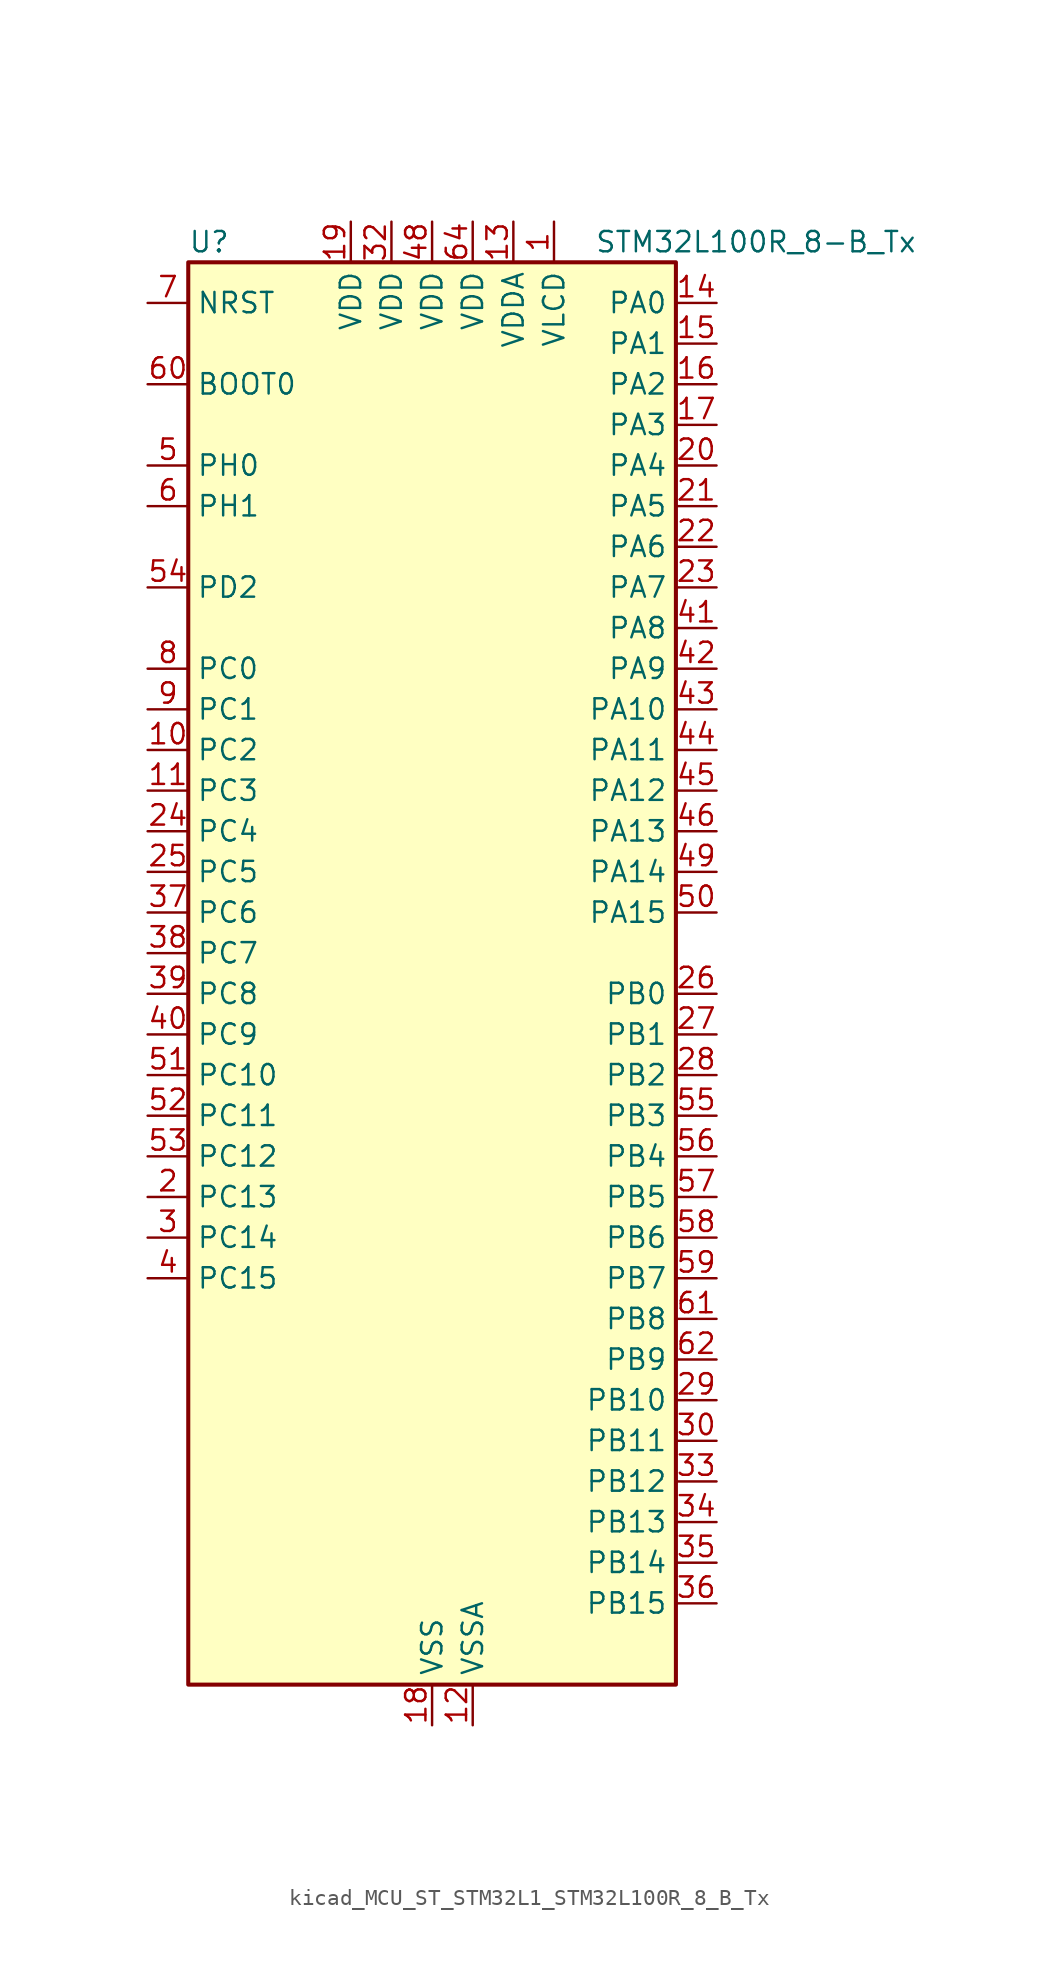
<source format=kicad_sym>
(kicad_symbol_lib
  (version 20220914)
  (generator kicad_symbol_editor)
  (symbol "kicad_MCU_ST_STM32L1_STM32L100R_8_B_Tx"
    (property "Reference" "U"
      (at -15.24 46.99 0)
      (effects (font (size 1.27 1.27)) (justify left)))
    (property "Value" "STM32L100R_8-B_Tx"
      (at 10.16 46.99 0)
      (effects (font (size 1.27 1.27)) (justify left)))
    (property "ki_locked" ""
      (at 0 0 0)
      (effects (font (size 1.27 1.27))))
    (symbol "kicad_MCU_ST_STM32L1_STM32L100R_8_B_Tx_0_1"
      (rectangle (start -15.24 -43.18) (end 15.24 45.72) (stroke (width 0.254) (type default)) (fill (type background))))
    (symbol "kicad_MCU_ST_STM32L1_STM32L100R_8_B_Tx_1_1"
      (pin power_in line (at 7.62 48.26 270) (length 2.54) (name "VLCD" (effects (font (size 1.27 1.27)))) (number "1" (effects (font (size 1.27 1.27)))))
      (pin bidirectional line (at -17.78 15.24 0) (length 2.54) (name "PC2" (effects (font (size 1.27 1.27)))) (number "10" (effects (font (size 1.27 1.27)))) (alternate "ADC_IN12" bidirectional line) (alternate "COMP1_INP" bidirectional line) (alternate "LCD_SEG20" bidirectional line) (alternate "TIMX_IC3" bidirectional line))
      (pin bidirectional line (at -17.78 12.7 0) (length 2.54) (name "PC3" (effects (font (size 1.27 1.27)))) (number "11" (effects (font (size 1.27 1.27)))) (alternate "ADC_IN13" bidirectional line) (alternate "COMP1_INP" bidirectional line) (alternate "LCD_SEG21" bidirectional line) (alternate "TIMX_IC4" bidirectional line))
      (pin power_in line (at 2.54 -45.72 90) (length 2.54) (name "VSSA" (effects (font (size 1.27 1.27)))) (number "12" (effects (font (size 1.27 1.27)))))
      (pin power_in line (at 5.08 48.26 270) (length 2.54) (name "VDDA" (effects (font (size 1.27 1.27)))) (number "13" (effects (font (size 1.27 1.27)))))
      (pin bidirectional line (at 17.78 43.18 180) (length 2.54) (name "PA0" (effects (font (size 1.27 1.27)))) (number "14" (effects (font (size 1.27 1.27)))) (alternate "ADC_IN0" bidirectional line) (alternate "COMP1_INP" bidirectional line) (alternate "SYS_WKUP1" bidirectional line) (alternate "TIM2_CH1" bidirectional line) (alternate "TIM2_ETR" bidirectional line) (alternate "TIMX_IC1" bidirectional line) (alternate "USART2_CTS" bidirectional line))
      (pin bidirectional line (at 17.78 40.64 180) (length 2.54) (name "PA1" (effects (font (size 1.27 1.27)))) (number "15" (effects (font (size 1.27 1.27)))) (alternate "ADC_IN1" bidirectional line) (alternate "COMP1_INP" bidirectional line) (alternate "LCD_SEG0" bidirectional line) (alternate "TIM2_CH2" bidirectional line) (alternate "TIMX_IC2" bidirectional line) (alternate "USART2_RTS" bidirectional line))
      (pin bidirectional line (at 17.78 38.1 180) (length 2.54) (name "PA2" (effects (font (size 1.27 1.27)))) (number "16" (effects (font (size 1.27 1.27)))) (alternate "ADC_IN2" bidirectional line) (alternate "COMP1_INP" bidirectional line) (alternate "LCD_SEG1" bidirectional line) (alternate "TIM2_CH3" bidirectional line) (alternate "TIM9_CH1" bidirectional line) (alternate "TIMX_IC3" bidirectional line) (alternate "USART2_TX" bidirectional line))
      (pin bidirectional line (at 17.78 35.56 180) (length 2.54) (name "PA3" (effects (font (size 1.27 1.27)))) (number "17" (effects (font (size 1.27 1.27)))) (alternate "ADC_IN3" bidirectional line) (alternate "COMP1_INP" bidirectional line) (alternate "LCD_SEG2" bidirectional line) (alternate "TIM2_CH4" bidirectional line) (alternate "TIM9_CH2" bidirectional line) (alternate "TIMX_IC4" bidirectional line) (alternate "USART2_RX" bidirectional line))
      (pin power_in line (at 0 -45.72 90) (length 2.54) (name "VSS" (effects (font (size 1.27 1.27)))) (number "18" (effects (font (size 1.27 1.27)))))
      (pin power_in line (at -5.08 48.26 270) (length 2.54) (name "VDD" (effects (font (size 1.27 1.27)))) (number "19" (effects (font (size 1.27 1.27)))))
      (pin bidirectional line (at -17.78 -12.7 0) (length 2.54) (name "PC13" (effects (font (size 1.27 1.27)))) (number "2" (effects (font (size 1.27 1.27)))) (alternate "RTC_OUT_ALARM" bidirectional line) (alternate "RTC_OUT_CALIB" bidirectional line) (alternate "RTC_TAMP1" bidirectional line) (alternate "RTC_TS" bidirectional line) (alternate "SYS_WKUP2" bidirectional line) (alternate "TIMX_IC2" bidirectional line))
      (pin bidirectional line (at 17.78 33.02 180) (length 2.54) (name "PA4" (effects (font (size 1.27 1.27)))) (number "20" (effects (font (size 1.27 1.27)))) (alternate "ADC_IN4" bidirectional line) (alternate "COMP1_INP" bidirectional line) (alternate "DAC_OUT1" bidirectional line) (alternate "SPI1_NSS" bidirectional line) (alternate "TIMX_IC1" bidirectional line) (alternate "USART2_CK" bidirectional line))
      (pin bidirectional line (at 17.78 30.48 180) (length 2.54) (name "PA5" (effects (font (size 1.27 1.27)))) (number "21" (effects (font (size 1.27 1.27)))) (alternate "ADC_IN5" bidirectional line) (alternate "COMP1_INP" bidirectional line) (alternate "DAC_OUT2" bidirectional line) (alternate "SPI1_SCK" bidirectional line) (alternate "TIM2_CH1" bidirectional line) (alternate "TIM2_ETR" bidirectional line) (alternate "TIMX_IC2" bidirectional line))
      (pin bidirectional line (at 17.78 27.94 180) (length 2.54) (name "PA6" (effects (font (size 1.27 1.27)))) (number "22" (effects (font (size 1.27 1.27)))) (alternate "ADC_IN6" bidirectional line) (alternate "COMP1_INP" bidirectional line) (alternate "LCD_SEG3" bidirectional line) (alternate "SPI1_MISO" bidirectional line) (alternate "TIM10_CH1" bidirectional line) (alternate "TIM3_CH1" bidirectional line) (alternate "TIMX_IC3" bidirectional line))
      (pin bidirectional line (at 17.78 25.4 180) (length 2.54) (name "PA7" (effects (font (size 1.27 1.27)))) (number "23" (effects (font (size 1.27 1.27)))) (alternate "ADC_IN7" bidirectional line) (alternate "COMP1_INP" bidirectional line) (alternate "LCD_SEG4" bidirectional line) (alternate "SPI1_MOSI" bidirectional line) (alternate "TIM11_CH1" bidirectional line) (alternate "TIM3_CH2" bidirectional line) (alternate "TIMX_IC4" bidirectional line))
      (pin bidirectional line (at -17.78 10.16 0) (length 2.54) (name "PC4" (effects (font (size 1.27 1.27)))) (number "24" (effects (font (size 1.27 1.27)))) (alternate "ADC_IN14" bidirectional line) (alternate "COMP1_INP" bidirectional line) (alternate "LCD_SEG22" bidirectional line) (alternate "TIMX_IC1" bidirectional line))
      (pin bidirectional line (at -17.78 7.62 0) (length 2.54) (name "PC5" (effects (font (size 1.27 1.27)))) (number "25" (effects (font (size 1.27 1.27)))) (alternate "ADC_IN15" bidirectional line) (alternate "COMP1_INP" bidirectional line) (alternate "LCD_SEG23" bidirectional line) (alternate "TIMX_IC2" bidirectional line))
      (pin bidirectional line (at 17.78 0 180) (length 2.54) (name "PB0" (effects (font (size 1.27 1.27)))) (number "26" (effects (font (size 1.27 1.27)))) (alternate "ADC_IN8" bidirectional line) (alternate "COMP1_INP" bidirectional line) (alternate "LCD_SEG5" bidirectional line) (alternate "SYS_V_REF_OUT" bidirectional line) (alternate "TIM3_CH3" bidirectional line))
      (pin bidirectional line (at 17.78 -2.54 180) (length 2.54) (name "PB1" (effects (font (size 1.27 1.27)))) (number "27" (effects (font (size 1.27 1.27)))) (alternate "ADC_IN9" bidirectional line) (alternate "COMP1_INP" bidirectional line) (alternate "LCD_SEG6" bidirectional line) (alternate "SYS_V_REF_OUT" bidirectional line) (alternate "TIM3_CH4" bidirectional line))
      (pin bidirectional line (at 17.78 -5.08 180) (length 2.54) (name "PB2" (effects (font (size 1.27 1.27)))) (number "28" (effects (font (size 1.27 1.27)))))
      (pin bidirectional line (at 17.78 -25.4 180) (length 2.54) (name "PB10" (effects (font (size 1.27 1.27)))) (number "29" (effects (font (size 1.27 1.27)))) (alternate "I2C2_SCL" bidirectional line) (alternate "LCD_SEG10" bidirectional line) (alternate "TIM2_CH3" bidirectional line) (alternate "USART3_TX" bidirectional line))
      (pin bidirectional line (at -17.78 -15.24 0) (length 2.54) (name "PC14" (effects (font (size 1.27 1.27)))) (number "3" (effects (font (size 1.27 1.27)))) (alternate "RCC_OSC32_IN" bidirectional line) (alternate "TIMX_IC3" bidirectional line))
      (pin bidirectional line (at 17.78 -27.94 180) (length 2.54) (name "PB11" (effects (font (size 1.27 1.27)))) (number "30" (effects (font (size 1.27 1.27)))) (alternate "ADC_EXTI11" bidirectional line) (alternate "I2C2_SDA" bidirectional line) (alternate "LCD_SEG11" bidirectional line) (alternate "TIM2_CH4" bidirectional line) (alternate "USART3_RX" bidirectional line))
      (pin passive line (at 0 -45.72 90) (length 2.54) hide (name "VSS" (effects (font (size 1.27 1.27)))) (number "31" (effects (font (size 1.27 1.27)))))
      (pin power_in line (at -2.54 48.26 270) (length 2.54) (name "VDD" (effects (font (size 1.27 1.27)))) (number "32" (effects (font (size 1.27 1.27)))))
      (pin bidirectional line (at 17.78 -30.48 180) (length 2.54) (name "PB12" (effects (font (size 1.27 1.27)))) (number "33" (effects (font (size 1.27 1.27)))) (alternate "ADC_IN18" bidirectional line) (alternate "COMP1_INP" bidirectional line) (alternate "I2C2_SMBA" bidirectional line) (alternate "LCD_SEG12" bidirectional line) (alternate "SPI2_NSS" bidirectional line) (alternate "TIM10_CH1" bidirectional line) (alternate "USART3_CK" bidirectional line))
      (pin bidirectional line (at 17.78 -33.02 180) (length 2.54) (name "PB13" (effects (font (size 1.27 1.27)))) (number "34" (effects (font (size 1.27 1.27)))) (alternate "ADC_IN19" bidirectional line) (alternate "COMP1_INP" bidirectional line) (alternate "LCD_SEG13" bidirectional line) (alternate "SPI2_SCK" bidirectional line) (alternate "TIM9_CH1" bidirectional line) (alternate "USART3_CTS" bidirectional line))
      (pin bidirectional line (at 17.78 -35.56 180) (length 2.54) (name "PB14" (effects (font (size 1.27 1.27)))) (number "35" (effects (font (size 1.27 1.27)))) (alternate "ADC_IN20" bidirectional line) (alternate "COMP1_INP" bidirectional line) (alternate "LCD_SEG14" bidirectional line) (alternate "SPI2_MISO" bidirectional line) (alternate "TIM9_CH2" bidirectional line) (alternate "USART3_RTS" bidirectional line))
      (pin bidirectional line (at 17.78 -38.1 180) (length 2.54) (name "PB15" (effects (font (size 1.27 1.27)))) (number "36" (effects (font (size 1.27 1.27)))) (alternate "ADC_EXTI15" bidirectional line) (alternate "ADC_IN21" bidirectional line) (alternate "COMP1_INP" bidirectional line) (alternate "LCD_SEG15" bidirectional line) (alternate "RTC_REFIN" bidirectional line) (alternate "SPI2_MOSI" bidirectional line) (alternate "TIM11_CH1" bidirectional line))
      (pin bidirectional line (at -17.78 5.08 0) (length 2.54) (name "PC6" (effects (font (size 1.27 1.27)))) (number "37" (effects (font (size 1.27 1.27)))) (alternate "LCD_SEG24" bidirectional line) (alternate "TIM3_CH1" bidirectional line) (alternate "TIMX_IC3" bidirectional line))
      (pin bidirectional line (at -17.78 2.54 0) (length 2.54) (name "PC7" (effects (font (size 1.27 1.27)))) (number "38" (effects (font (size 1.27 1.27)))) (alternate "LCD_SEG25" bidirectional line) (alternate "TIM3_CH2" bidirectional line) (alternate "TIMX_IC4" bidirectional line))
      (pin bidirectional line (at -17.78 0 0) (length 2.54) (name "PC8" (effects (font (size 1.27 1.27)))) (number "39" (effects (font (size 1.27 1.27)))) (alternate "LCD_SEG26" bidirectional line) (alternate "TIM3_CH3" bidirectional line) (alternate "TIMX_IC1" bidirectional line))
      (pin bidirectional line (at -17.78 -17.78 0) (length 2.54) (name "PC15" (effects (font (size 1.27 1.27)))) (number "4" (effects (font (size 1.27 1.27)))) (alternate "ADC_EXTI15" bidirectional line) (alternate "RCC_OSC32_OUT" bidirectional line) (alternate "TIMX_IC4" bidirectional line))
      (pin bidirectional line (at -17.78 -2.54 0) (length 2.54) (name "PC9" (effects (font (size 1.27 1.27)))) (number "40" (effects (font (size 1.27 1.27)))) (alternate "DAC_EXTI9" bidirectional line) (alternate "LCD_SEG27" bidirectional line) (alternate "TIM3_CH4" bidirectional line) (alternate "TIMX_IC2" bidirectional line))
      (pin bidirectional line (at 17.78 22.86 180) (length 2.54) (name "PA8" (effects (font (size 1.27 1.27)))) (number "41" (effects (font (size 1.27 1.27)))) (alternate "LCD_COM0" bidirectional line) (alternate "RCC_MCO" bidirectional line) (alternate "TIMX_IC1" bidirectional line) (alternate "USART1_CK" bidirectional line))
      (pin bidirectional line (at 17.78 20.32 180) (length 2.54) (name "PA9" (effects (font (size 1.27 1.27)))) (number "42" (effects (font (size 1.27 1.27)))) (alternate "DAC_EXTI9" bidirectional line) (alternate "LCD_COM1" bidirectional line) (alternate "TIMX_IC2" bidirectional line) (alternate "USART1_TX" bidirectional line))
      (pin bidirectional line (at 17.78 17.78 180) (length 2.54) (name "PA10" (effects (font (size 1.27 1.27)))) (number "43" (effects (font (size 1.27 1.27)))) (alternate "LCD_COM2" bidirectional line) (alternate "TIMX_IC3" bidirectional line) (alternate "USART1_RX" bidirectional line))
      (pin bidirectional line (at 17.78 15.24 180) (length 2.54) (name "PA11" (effects (font (size 1.27 1.27)))) (number "44" (effects (font (size 1.27 1.27)))) (alternate "ADC_EXTI11" bidirectional line) (alternate "SPI1_MISO" bidirectional line) (alternate "TIMX_IC4" bidirectional line) (alternate "USART1_CTS" bidirectional line) (alternate "USB_DM" bidirectional line))
      (pin bidirectional line (at 17.78 12.7 180) (length 2.54) (name "PA12" (effects (font (size 1.27 1.27)))) (number "45" (effects (font (size 1.27 1.27)))) (alternate "SPI1_MOSI" bidirectional line) (alternate "TIMX_IC1" bidirectional line) (alternate "USART1_RTS" bidirectional line) (alternate "USB_DP" bidirectional line))
      (pin bidirectional line (at 17.78 10.16 180) (length 2.54) (name "PA13" (effects (font (size 1.27 1.27)))) (number "46" (effects (font (size 1.27 1.27)))) (alternate "SYS_JTMS-SWDIO" bidirectional line) (alternate "TIMX_IC2" bidirectional line))
      (pin passive line (at 0 -45.72 90) (length 2.54) hide (name "VSS" (effects (font (size 1.27 1.27)))) (number "47" (effects (font (size 1.27 1.27)))))
      (pin power_in line (at 0 48.26 270) (length 2.54) (name "VDD" (effects (font (size 1.27 1.27)))) (number "48" (effects (font (size 1.27 1.27)))))
      (pin bidirectional line (at 17.78 7.62 180) (length 2.54) (name "PA14" (effects (font (size 1.27 1.27)))) (number "49" (effects (font (size 1.27 1.27)))) (alternate "SYS_JTCK-SWCLK" bidirectional line) (alternate "TIMX_IC3" bidirectional line))
      (pin bidirectional line (at -17.78 33.02 0) (length 2.54) (name "PH0" (effects (font (size 1.27 1.27)))) (number "5" (effects (font (size 1.27 1.27)))) (alternate "RCC_OSC_IN" bidirectional line))
      (pin bidirectional line (at 17.78 5.08 180) (length 2.54) (name "PA15" (effects (font (size 1.27 1.27)))) (number "50" (effects (font (size 1.27 1.27)))) (alternate "ADC_EXTI15" bidirectional line) (alternate "LCD_SEG17" bidirectional line) (alternate "SPI1_NSS" bidirectional line) (alternate "SYS_JTDI" bidirectional line) (alternate "TIM2_CH1" bidirectional line) (alternate "TIM2_ETR" bidirectional line) (alternate "TIMX_IC4" bidirectional line))
      (pin bidirectional line (at -17.78 -5.08 0) (length 2.54) (name "PC10" (effects (font (size 1.27 1.27)))) (number "51" (effects (font (size 1.27 1.27)))) (alternate "LCD_COM4" bidirectional line) (alternate "LCD_SEG28" bidirectional line) (alternate "TIMX_IC3" bidirectional line) (alternate "USART3_TX" bidirectional line))
      (pin bidirectional line (at -17.78 -7.62 0) (length 2.54) (name "PC11" (effects (font (size 1.27 1.27)))) (number "52" (effects (font (size 1.27 1.27)))) (alternate "ADC_EXTI11" bidirectional line) (alternate "LCD_COM5" bidirectional line) (alternate "LCD_SEG29" bidirectional line) (alternate "TIMX_IC4" bidirectional line) (alternate "USART3_RX" bidirectional line))
      (pin bidirectional line (at -17.78 -10.16 0) (length 2.54) (name "PC12" (effects (font (size 1.27 1.27)))) (number "53" (effects (font (size 1.27 1.27)))) (alternate "LCD_COM6" bidirectional line) (alternate "LCD_SEG30" bidirectional line) (alternate "TIMX_IC1" bidirectional line) (alternate "USART3_CK" bidirectional line))
      (pin bidirectional line (at -17.78 25.4 0) (length 2.54) (name "PD2" (effects (font (size 1.27 1.27)))) (number "54" (effects (font (size 1.27 1.27)))) (alternate "LCD_COM7" bidirectional line) (alternate "LCD_SEG31" bidirectional line) (alternate "TIM3_ETR" bidirectional line) (alternate "TIMX_IC3" bidirectional line))
      (pin bidirectional line (at 17.78 -7.62 180) (length 2.54) (name "PB3" (effects (font (size 1.27 1.27)))) (number "55" (effects (font (size 1.27 1.27)))) (alternate "COMP2_INM" bidirectional line) (alternate "LCD_SEG7" bidirectional line) (alternate "SPI1_SCK" bidirectional line) (alternate "SYS_JTDO-TRACESWO" bidirectional line) (alternate "TIM2_CH2" bidirectional line))
      (pin bidirectional line (at 17.78 -10.16 180) (length 2.54) (name "PB4" (effects (font (size 1.27 1.27)))) (number "56" (effects (font (size 1.27 1.27)))) (alternate "COMP2_INP" bidirectional line) (alternate "LCD_SEG8" bidirectional line) (alternate "SPI1_MISO" bidirectional line) (alternate "SYS_JTRST" bidirectional line) (alternate "TIM3_CH1" bidirectional line))
      (pin bidirectional line (at 17.78 -12.7 180) (length 2.54) (name "PB5" (effects (font (size 1.27 1.27)))) (number "57" (effects (font (size 1.27 1.27)))) (alternate "COMP2_INP" bidirectional line) (alternate "I2C1_SMBA" bidirectional line) (alternate "LCD_SEG9" bidirectional line) (alternate "SPI1_MOSI" bidirectional line) (alternate "TIM3_CH2" bidirectional line))
      (pin bidirectional line (at 17.78 -15.24 180) (length 2.54) (name "PB6" (effects (font (size 1.27 1.27)))) (number "58" (effects (font (size 1.27 1.27)))) (alternate "I2C1_SCL" bidirectional line) (alternate "TIM4_CH1" bidirectional line) (alternate "USART1_TX" bidirectional line))
      (pin bidirectional line (at 17.78 -17.78 180) (length 2.54) (name "PB7" (effects (font (size 1.27 1.27)))) (number "59" (effects (font (size 1.27 1.27)))) (alternate "I2C1_SDA" bidirectional line) (alternate "SYS_PVD_IN" bidirectional line) (alternate "TIM4_CH2" bidirectional line) (alternate "USART1_RX" bidirectional line))
      (pin bidirectional line (at -17.78 30.48 0) (length 2.54) (name "PH1" (effects (font (size 1.27 1.27)))) (number "6" (effects (font (size 1.27 1.27)))) (alternate "RCC_OSC_OUT" bidirectional line))
      (pin input line (at -17.78 38.1 0) (length 2.54) (name "BOOT0" (effects (font (size 1.27 1.27)))) (number "60" (effects (font (size 1.27 1.27)))))
      (pin bidirectional line (at 17.78 -20.32 180) (length 2.54) (name "PB8" (effects (font (size 1.27 1.27)))) (number "61" (effects (font (size 1.27 1.27)))) (alternate "I2C1_SCL" bidirectional line) (alternate "LCD_SEG16" bidirectional line) (alternate "TIM10_CH1" bidirectional line) (alternate "TIM4_CH3" bidirectional line))
      (pin bidirectional line (at 17.78 -22.86 180) (length 2.54) (name "PB9" (effects (font (size 1.27 1.27)))) (number "62" (effects (font (size 1.27 1.27)))) (alternate "DAC_EXTI9" bidirectional line) (alternate "I2C1_SDA" bidirectional line) (alternate "LCD_COM3" bidirectional line) (alternate "TIM11_CH1" bidirectional line) (alternate "TIM4_CH4" bidirectional line))
      (pin passive line (at 0 -45.72 90) (length 2.54) hide (name "VSS" (effects (font (size 1.27 1.27)))) (number "63" (effects (font (size 1.27 1.27)))))
      (pin power_in line (at 2.54 48.26 270) (length 2.54) (name "VDD" (effects (font (size 1.27 1.27)))) (number "64" (effects (font (size 1.27 1.27)))))
      (pin input line (at -17.78 43.18 0) (length 2.54) (name "NRST" (effects (font (size 1.27 1.27)))) (number "7" (effects (font (size 1.27 1.27)))))
      (pin bidirectional line (at -17.78 20.32 0) (length 2.54) (name "PC0" (effects (font (size 1.27 1.27)))) (number "8" (effects (font (size 1.27 1.27)))) (alternate "ADC_IN10" bidirectional line) (alternate "COMP1_INP" bidirectional line) (alternate "LCD_SEG18" bidirectional line) (alternate "TIMX_IC1" bidirectional line))
      (pin bidirectional line (at -17.78 17.78 0) (length 2.54) (name "PC1" (effects (font (size 1.27 1.27)))) (number "9" (effects (font (size 1.27 1.27)))) (alternate "ADC_IN11" bidirectional line) (alternate "COMP1_INP" bidirectional line) (alternate "LCD_SEG19" bidirectional line) (alternate "TIMX_IC2" bidirectional line)))))
</source>
